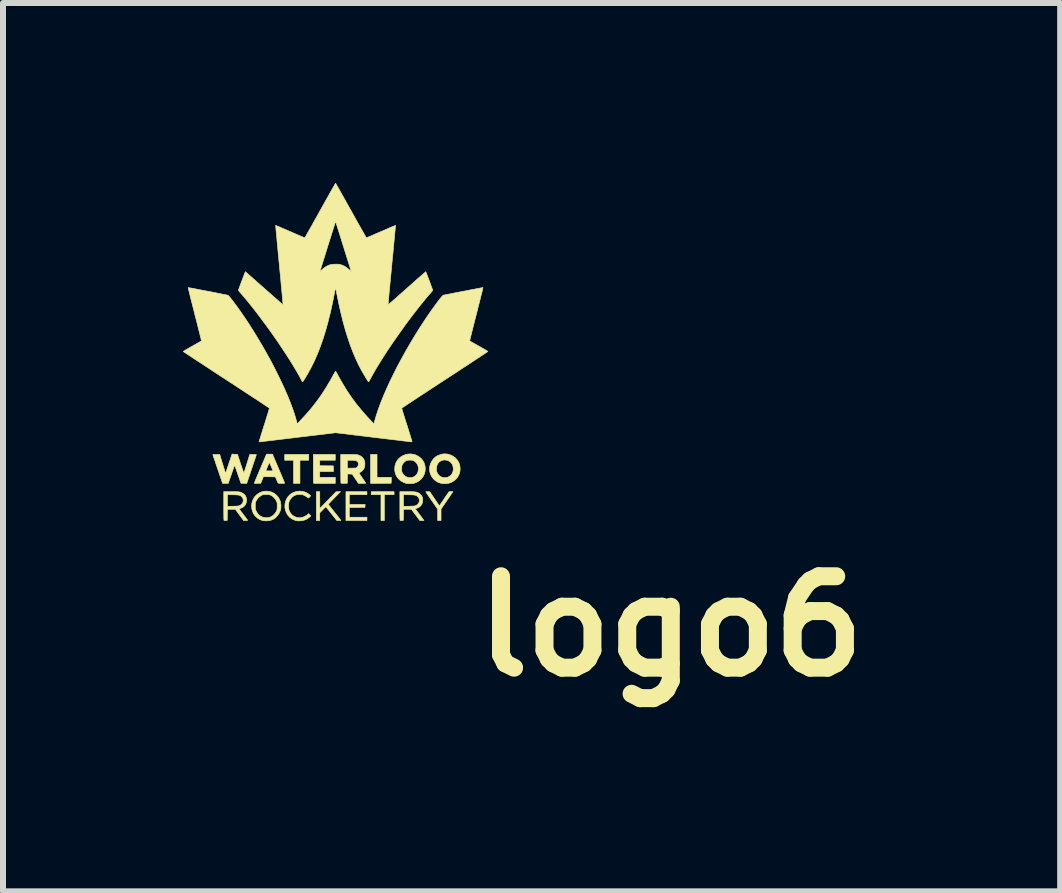
<source format=kicad_pcb>
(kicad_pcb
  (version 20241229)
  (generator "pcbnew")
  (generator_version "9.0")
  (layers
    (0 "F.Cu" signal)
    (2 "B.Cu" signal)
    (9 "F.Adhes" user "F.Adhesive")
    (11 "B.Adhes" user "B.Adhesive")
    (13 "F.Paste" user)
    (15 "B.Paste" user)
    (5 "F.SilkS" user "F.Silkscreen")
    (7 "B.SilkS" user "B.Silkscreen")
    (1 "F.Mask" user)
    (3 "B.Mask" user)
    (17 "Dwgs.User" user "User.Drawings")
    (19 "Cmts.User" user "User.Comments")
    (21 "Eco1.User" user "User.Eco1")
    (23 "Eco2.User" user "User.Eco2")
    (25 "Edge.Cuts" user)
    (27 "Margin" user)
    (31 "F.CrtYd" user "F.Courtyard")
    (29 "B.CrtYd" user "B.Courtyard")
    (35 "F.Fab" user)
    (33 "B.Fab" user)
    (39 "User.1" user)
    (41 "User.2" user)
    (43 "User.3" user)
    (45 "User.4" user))
  (footprint "logo6"
    (layer "F.Cu")
    (at 2.544 2.819)
    (property "Reference" "logo6" (at 5.588 4.572 0) (layer "F.SilkS") (effects (font (size 1.524 1.524) (thickness 0.3))))
    (attr through_hole)
    (fp_poly (pts (xy -0.447 1.803) (xy -0.594 1.803) (xy -0.594 2.189) (xy -0.701 2.189) (xy -0.701 1.803) (xy -0.848 1.803) (xy -0.848 1.707) (xy -0.447 1.707) (xy -0.447 1.803)) (stroke (width 0.01) (type solid)) (fill yes) (layer "F.SilkS"))
    (fp_poly (pts (xy 0.691 2.088) (xy 0.93 2.088) (xy 0.929 2.137) (xy 0.927 2.187) (xy 0.756 2.188) (xy 0.584 2.19) (xy 0.584 1.707) (xy 0.691 1.707) (xy 0.691 2.088)) (stroke (width 0.01) (type solid)) (fill yes) (layer "F.SilkS"))
    (fp_poly (pts (xy 0.975 2.377) (xy 0.813 2.377) (xy 0.813 2.809) (xy 0.757 2.809) (xy 0.757 2.377) (xy 0.594 2.377) (xy 0.594 2.327) (xy 0.975 2.327) (xy 0.975 2.377)) (stroke (width 0.01) (type solid)) (fill yes) (layer "F.SilkS"))
    (fp_poly (pts (xy 0.523 2.377) (xy 0.229 2.377) (xy 0.229 2.54) (xy 0.493 2.54) (xy 0.49 2.588) (xy 0.359 2.59) (xy 0.229 2.591) (xy 0.229 2.753) (xy 0.523 2.753) (xy 0.523 2.809) (xy 0.173 2.809) (xy 0.173 2.327) (xy 0.523 2.327) (xy 0.523 2.377)) (stroke (width 0.01) (type solid)) (fill yes) (layer "F.SilkS"))
    (fp_poly (pts (xy -0.005 1.803) (xy -0.264 1.803) (xy -0.264 1.895) (xy -0.151 1.896) (xy -0.038 1.897) (xy -0.037 1.944) (xy -0.035 1.991) (xy -0.264 1.991) (xy -0.264 2.088) (xy -0.005 2.088) (xy -0.005 2.189) (xy -0.185 2.189) (xy -0.226 2.189) (xy -0.265 2.189) (xy -0.299 2.189) (xy -0.327 2.188) (xy -0.349 2.188) (xy -0.363 2.187) (xy -0.367 2.186) (xy -0.368 2.18) (xy -0.369 2.166) (xy -0.369 2.143) (xy -0.37 2.113) (xy -0.37 2.077) (xy -0.371 2.035) (xy -0.371 1.99) (xy -0.371 1.945) (xy -0.371 1.707) (xy -0.005 1.707) (xy -0.005 1.803)) (stroke (width 0.01) (type solid)) (fill yes) (layer "F.SilkS"))
    (fp_poly (pts (xy 1.948 2.341) (xy 1.943 2.348) (xy 1.933 2.363) (xy 1.918 2.384) (xy 1.901 2.41) (xy 1.88 2.439) (xy 1.858 2.471) (xy 1.848 2.486) (xy 1.758 2.617) (xy 1.758 2.809) (xy 1.702 2.809) (xy 1.702 2.619) (xy 1.603 2.475) (xy 1.579 2.441) (xy 1.558 2.41) (xy 1.539 2.383) (xy 1.524 2.36) (xy 1.512 2.342) (xy 1.505 2.332) (xy 1.504 2.329) (xy 1.508 2.328) (xy 1.52 2.327) (xy 1.537 2.328) (xy 1.538 2.328) (xy 1.571 2.329) (xy 1.73 2.564) (xy 1.811 2.445) (xy 1.892 2.327) (xy 1.957 2.327) (xy 1.948 2.341)) (stroke (width 0.01) (type solid)) (fill yes) (layer "F.SilkS"))
    (fp_poly (pts (xy 0.005 2.406) (xy -0.02 2.432) (xy -0.044 2.456) (xy -0.065 2.478) (xy -0.083 2.497) (xy -0.096 2.51) (xy -0.098 2.512) (xy -0.122 2.538) (xy -0.018 2.669) (xy 0.007 2.7) (xy 0.03 2.73) (xy 0.051 2.755) (xy 0.067 2.777) (xy 0.08 2.793) (xy 0.087 2.802) (xy 0.089 2.805) (xy 0.086 2.807) (xy 0.075 2.809) (xy 0.057 2.809) (xy 0.057 2.809) (xy 0.022 2.809) (xy -0.069 2.695) (xy -0.092 2.666) (xy -0.113 2.639) (xy -0.132 2.616) (xy -0.146 2.598) (xy -0.157 2.586) (xy -0.162 2.581) (xy -0.162 2.581) (xy -0.167 2.584) (xy -0.177 2.593) (xy -0.192 2.607) (xy -0.209 2.625) (xy -0.215 2.63) (xy -0.264 2.68) (xy -0.264 2.809) (xy -0.32 2.809) (xy -0.32 2.327) (xy -0.264 2.327) (xy -0.263 2.467) (xy -0.262 2.608) (xy -0.127 2.468) (xy 0.007 2.329) (xy 0.046 2.328) (xy 0.084 2.326) (xy 0.005 2.406)) (stroke (width 0.01) (type solid)) (fill yes) (layer "F.SilkS"))
    (fp_poly (pts (xy -0.952 1.937) (xy -0.933 1.983) (xy -0.914 2.027) (xy -0.897 2.066) (xy -0.882 2.102) (xy -0.87 2.132) (xy -0.86 2.156) (xy -0.853 2.172) (xy -0.85 2.18) (xy -0.85 2.181) (xy -0.849 2.185) (xy -0.852 2.187) (xy -0.861 2.189) (xy -0.875 2.189) (xy -0.898 2.189) (xy -0.901 2.189) (xy -0.929 2.189) (xy -0.947 2.187) (xy -0.957 2.185) (xy -0.958 2.183) (xy -0.962 2.176) (xy -0.969 2.162) (xy -0.977 2.143) (xy -0.983 2.129) (xy -1.004 2.08) (xy -1.103 2.079) (xy -1.203 2.078) (xy -1.247 2.187) (xy -1.302 2.188) (xy -1.327 2.189) (xy -1.342 2.189) (xy -1.351 2.188) (xy -1.355 2.186) (xy -1.355 2.182) (xy -1.354 2.181) (xy -1.352 2.174) (xy -1.345 2.16) (xy -1.336 2.137) (xy -1.324 2.109) (xy -1.309 2.074) (xy -1.293 2.035) (xy -1.275 1.992) (xy -1.27 1.981) (xy -1.163 1.981) (xy -1.043 1.981) (xy -1.07 1.914) (xy -1.081 1.89) (xy -1.09 1.869) (xy -1.097 1.853) (xy -1.101 1.844) (xy -1.102 1.843) (xy -1.105 1.846) (xy -1.111 1.856) (xy -1.119 1.873) (xy -1.128 1.894) (xy -1.137 1.917) (xy -1.146 1.939) (xy -1.153 1.956) (xy -1.157 1.965) (xy -1.163 1.981) (xy -1.27 1.981) (xy -1.255 1.946) (xy -1.251 1.937) (xy -1.151 1.702) (xy -1.052 1.702) (xy -0.952 1.937)) (stroke (width 0.01) (type solid)) (fill yes) (layer "F.SilkS"))
    (fp_poly (pts (xy -0.551 2.322) (xy -0.507 2.334) (xy -0.467 2.354) (xy -0.436 2.377) (xy -0.414 2.397) (xy -0.433 2.416) (xy -0.444 2.427) (xy -0.451 2.431) (xy -0.457 2.431) (xy -0.463 2.426) (xy -0.496 2.404) (xy -0.524 2.388) (xy -0.551 2.378) (xy -0.578 2.374) (xy -0.608 2.373) (xy -0.615 2.373) (xy -0.655 2.38) (xy -0.69 2.393) (xy -0.721 2.416) (xy -0.736 2.431) (xy -0.758 2.459) (xy -0.773 2.487) (xy -0.781 2.52) (xy -0.784 2.558) (xy -0.784 2.565) (xy -0.782 2.606) (xy -0.774 2.641) (xy -0.759 2.672) (xy -0.744 2.694) (xy -0.718 2.721) (xy -0.685 2.742) (xy -0.647 2.756) (xy -0.608 2.762) (xy -0.582 2.762) (xy -0.549 2.754) (xy -0.515 2.741) (xy -0.484 2.723) (xy -0.469 2.711) (xy -0.449 2.693) (xy -0.43 2.712) (xy -0.411 2.731) (xy -0.43 2.748) (xy -0.47 2.779) (xy -0.513 2.799) (xy -0.558 2.811) (xy -0.604 2.814) (xy -0.636 2.813) (xy -0.664 2.808) (xy -0.682 2.802) (xy -0.725 2.783) (xy -0.763 2.756) (xy -0.793 2.723) (xy -0.817 2.685) (xy -0.834 2.643) (xy -0.844 2.599) (xy -0.845 2.554) (xy -0.839 2.508) (xy -0.824 2.463) (xy -0.8 2.421) (xy -0.795 2.414) (xy -0.764 2.38) (xy -0.727 2.353) (xy -0.686 2.334) (xy -0.642 2.322) (xy -0.597 2.318) (xy -0.551 2.322)) (stroke (width 0.01) (type solid)) (fill yes) (layer "F.SilkS"))
    (fp_poly (pts (xy 1.869 1.701) (xy 1.916 1.715) (xy 1.959 1.736) (xy 1.997 1.764) (xy 2.028 1.799) (xy 2.053 1.838) (xy 2.07 1.883) (xy 2.072 1.894) (xy 2.077 1.943) (xy 2.073 1.991) (xy 2.06 2.036) (xy 2.039 2.078) (xy 2.011 2.114) (xy 1.975 2.146) (xy 1.933 2.17) (xy 1.887 2.187) (xy 1.856 2.192) (xy 1.82 2.194) (xy 1.784 2.192) (xy 1.754 2.187) (xy 1.709 2.171) (xy 1.668 2.147) (xy 1.633 2.116) (xy 1.605 2.08) (xy 1.583 2.038) (xy 1.57 1.993) (xy 1.568 1.965) (xy 1.682 1.965) (xy 1.687 1.996) (xy 1.689 2) (xy 1.704 2.032) (xy 1.728 2.059) (xy 1.757 2.079) (xy 1.759 2.08) (xy 1.791 2.091) (xy 1.826 2.094) (xy 1.861 2.089) (xy 1.882 2.081) (xy 1.914 2.061) (xy 1.938 2.034) (xy 1.954 2.001) (xy 1.962 1.964) (xy 1.963 1.948) (xy 1.958 1.907) (xy 1.946 1.873) (xy 1.925 1.844) (xy 1.897 1.821) (xy 1.884 1.814) (xy 1.849 1.802) (xy 1.813 1.798) (xy 1.779 1.804) (xy 1.748 1.818) (xy 1.72 1.839) (xy 1.699 1.868) (xy 1.697 1.873) (xy 1.687 1.9) (xy 1.682 1.932) (xy 1.682 1.965) (xy 1.568 1.965) (xy 1.566 1.946) (xy 1.569 1.912) (xy 1.581 1.865) (xy 1.602 1.822) (xy 1.63 1.782) (xy 1.665 1.749) (xy 1.687 1.734) (xy 1.712 1.722) (xy 1.743 1.711) (xy 1.775 1.702) (xy 1.805 1.697) (xy 1.819 1.697) (xy 1.869 1.701)) (stroke (width 0.01) (type solid)) (fill yes) (layer "F.SilkS"))
    (fp_poly (pts (xy 1.306 1.706) (xy 1.334 1.714) (xy 1.379 1.737) (xy 1.418 1.766) (xy 1.45 1.801) (xy 1.474 1.842) (xy 1.489 1.887) (xy 1.496 1.935) (xy 1.493 1.982) (xy 1.482 2.029) (xy 1.461 2.072) (xy 1.433 2.11) (xy 1.398 2.142) (xy 1.357 2.168) (xy 1.312 2.186) (xy 1.308 2.187) (xy 1.278 2.192) (xy 1.244 2.194) (xy 1.209 2.193) (xy 1.178 2.189) (xy 1.17 2.187) (xy 1.127 2.17) (xy 1.086 2.146) (xy 1.05 2.114) (xy 1.021 2.078) (xy 1.017 2.072) (xy 0.999 2.031) (xy 0.988 1.986) (xy 0.986 1.946) (xy 1.1 1.946) (xy 1.102 1.977) (xy 1.107 2.002) (xy 1.117 2.023) (xy 1.133 2.044) (xy 1.137 2.048) (xy 1.164 2.071) (xy 1.196 2.086) (xy 1.231 2.093) (xy 1.266 2.092) (xy 1.3 2.082) (xy 1.304 2.08) (xy 1.335 2.059) (xy 1.358 2.032) (xy 1.373 1.999) (xy 1.381 1.959) (xy 1.381 1.958) (xy 1.379 1.918) (xy 1.37 1.884) (xy 1.352 1.854) (xy 1.344 1.845) (xy 1.323 1.825) (xy 1.302 1.811) (xy 1.278 1.804) (xy 1.249 1.801) (xy 1.24 1.801) (xy 1.207 1.803) (xy 1.182 1.809) (xy 1.161 1.821) (xy 1.14 1.839) (xy 1.14 1.84) (xy 1.12 1.864) (xy 1.108 1.889) (xy 1.102 1.918) (xy 1.1 1.946) (xy 0.986 1.946) (xy 0.986 1.939) (xy 0.991 1.893) (xy 1.005 1.848) (xy 1.017 1.824) (xy 1.045 1.785) (xy 1.079 1.753) (xy 1.119 1.728) (xy 1.163 1.71) (xy 1.21 1.7) (xy 1.258 1.698) (xy 1.306 1.706)) (stroke (width 0.01) (type solid)) (fill yes) (layer "F.SilkS"))
    (fp_poly (pts (xy -1.701 2.327) (xy -1.669 2.327) (xy -1.645 2.328) (xy -1.626 2.329) (xy -1.611 2.33) (xy -1.599 2.333) (xy -1.588 2.336) (xy -1.584 2.337) (xy -1.548 2.353) (xy -1.519 2.375) (xy -1.498 2.403) (xy -1.486 2.437) (xy -1.482 2.47) (xy -1.487 2.508) (xy -1.501 2.541) (xy -1.522 2.569) (xy -1.552 2.591) (xy -1.582 2.604) (xy -1.609 2.613) (xy -1.54 2.705) (xy -1.519 2.731) (xy -1.501 2.756) (xy -1.486 2.776) (xy -1.474 2.792) (xy -1.467 2.801) (xy -1.466 2.803) (xy -1.467 2.806) (xy -1.474 2.808) (xy -1.489 2.809) (xy -1.497 2.809) (xy -1.532 2.809) (xy -1.602 2.715) (xy -1.671 2.621) (xy -1.803 2.621) (xy -1.805 2.714) (xy -1.806 2.807) (xy -1.832 2.808) (xy -1.847 2.808) (xy -1.858 2.807) (xy -1.861 2.806) (xy -1.861 2.8) (xy -1.862 2.786) (xy -1.863 2.763) (xy -1.863 2.733) (xy -1.864 2.696) (xy -1.864 2.655) (xy -1.864 2.61) (xy -1.864 2.571) (xy -1.803 2.571) (xy -1.711 2.57) (xy -1.677 2.569) (xy -1.652 2.568) (xy -1.634 2.567) (xy -1.62 2.565) (xy -1.61 2.563) (xy -1.6 2.559) (xy -1.594 2.556) (xy -1.568 2.539) (xy -1.551 2.517) (xy -1.541 2.492) (xy -1.539 2.467) (xy -1.545 2.441) (xy -1.558 2.418) (xy -1.579 2.399) (xy -1.596 2.39) (xy -1.607 2.386) (xy -1.62 2.384) (xy -1.638 2.382) (xy -1.662 2.38) (xy -1.693 2.379) (xy -1.711 2.379) (xy -1.803 2.376) (xy -1.803 2.571) (xy -1.864 2.571) (xy -1.864 2.565) (xy -1.864 2.327) (xy -1.74 2.327) (xy -1.701 2.327)) (stroke (width 0.01) (type solid)) (fill yes) (layer "F.SilkS"))
    (fp_poly (pts (xy 1.243 2.327) (xy 1.282 2.328) (xy 1.313 2.33) (xy 1.338 2.333) (xy 1.358 2.338) (xy 1.375 2.344) (xy 1.389 2.352) (xy 1.403 2.363) (xy 1.409 2.367) (xy 1.432 2.393) (xy 1.447 2.42) (xy 1.453 2.453) (xy 1.454 2.469) (xy 1.45 2.507) (xy 1.436 2.54) (xy 1.415 2.568) (xy 1.386 2.59) (xy 1.355 2.604) (xy 1.328 2.612) (xy 1.4 2.709) (xy 1.421 2.736) (xy 1.439 2.76) (xy 1.454 2.781) (xy 1.465 2.796) (xy 1.472 2.805) (xy 1.473 2.807) (xy 1.469 2.808) (xy 1.456 2.809) (xy 1.439 2.809) (xy 1.439 2.809) (xy 1.405 2.809) (xy 1.335 2.715) (xy 1.265 2.621) (xy 1.133 2.621) (xy 1.132 2.714) (xy 1.13 2.807) (xy 1.105 2.808) (xy 1.089 2.808) (xy 1.078 2.807) (xy 1.075 2.806) (xy 1.075 2.8) (xy 1.074 2.786) (xy 1.073 2.763) (xy 1.073 2.733) (xy 1.072 2.696) (xy 1.072 2.655) (xy 1.072 2.61) (xy 1.072 2.571) (xy 1.133 2.571) (xy 1.226 2.57) (xy 1.259 2.569) (xy 1.285 2.568) (xy 1.304 2.567) (xy 1.318 2.565) (xy 1.329 2.562) (xy 1.338 2.559) (xy 1.342 2.557) (xy 1.367 2.541) (xy 1.384 2.519) (xy 1.394 2.495) (xy 1.397 2.469) (xy 1.392 2.444) (xy 1.379 2.42) (xy 1.36 2.401) (xy 1.34 2.39) (xy 1.329 2.386) (xy 1.316 2.384) (xy 1.299 2.382) (xy 1.275 2.38) (xy 1.243 2.379) (xy 1.226 2.379) (xy 1.133 2.376) (xy 1.133 2.571) (xy 1.072 2.571) (xy 1.072 2.565) (xy 1.072 2.327) (xy 1.196 2.327) (xy 1.243 2.327)) (stroke (width 0.01) (type solid)) (fill yes) (layer "F.SilkS"))
    (fp_poly (pts (xy 0.259 1.707) (xy 0.291 1.707) (xy 0.317 1.708) (xy 0.336 1.709) (xy 0.351 1.71) (xy 0.364 1.712) (xy 0.375 1.715) (xy 0.383 1.717) (xy 0.416 1.732) (xy 0.446 1.754) (xy 0.468 1.782) (xy 0.477 1.799) (xy 0.485 1.825) (xy 0.489 1.857) (xy 0.488 1.889) (xy 0.483 1.919) (xy 0.483 1.919) (xy 0.471 1.947) (xy 0.451 1.973) (xy 0.425 1.994) (xy 0.418 1.999) (xy 0.404 2.008) (xy 0.395 2.016) (xy 0.394 2.02) (xy 0.397 2.026) (xy 0.405 2.039) (xy 0.417 2.058) (xy 0.433 2.08) (xy 0.447 2.102) (xy 0.464 2.126) (xy 0.479 2.148) (xy 0.491 2.166) (xy 0.499 2.178) (xy 0.502 2.183) (xy 0.5 2.186) (xy 0.493 2.188) (xy 0.478 2.189) (xy 0.455 2.189) (xy 0.443 2.189) (xy 0.381 2.189) (xy 0.329 2.112) (xy 0.277 2.035) (xy 0.238 2.033) (xy 0.198 2.032) (xy 0.197 2.109) (xy 0.196 2.187) (xy 0.145 2.188) (xy 0.123 2.189) (xy 0.105 2.188) (xy 0.093 2.187) (xy 0.09 2.186) (xy 0.089 2.181) (xy 0.089 2.166) (xy 0.088 2.143) (xy 0.087 2.113) (xy 0.087 2.077) (xy 0.087 2.035) (xy 0.086 1.99) (xy 0.086 1.945) (xy 0.086 1.936) (xy 0.198 1.936) (xy 0.272 1.935) (xy 0.345 1.933) (xy 0.361 1.917) (xy 0.375 1.897) (xy 0.38 1.873) (xy 0.378 1.849) (xy 0.374 1.839) (xy 0.364 1.826) (xy 0.351 1.816) (xy 0.332 1.809) (xy 0.306 1.805) (xy 0.272 1.804) (xy 0.26 1.804) (xy 0.198 1.803) (xy 0.198 1.936) (xy 0.086 1.936) (xy 0.086 1.707) (xy 0.218 1.707) (xy 0.259 1.707)) (stroke (width 0.01) (type solid)) (fill yes) (layer "F.SilkS"))
    (fp_poly (pts (xy -1.121 2.321) (xy -1.072 2.332) (xy -1.029 2.352) (xy -0.992 2.38) (xy -0.96 2.413) (xy -0.936 2.452) (xy -0.919 2.496) (xy -0.911 2.543) (xy -0.911 2.593) (xy -0.914 2.617) (xy -0.926 2.656) (xy -0.945 2.695) (xy -0.971 2.73) (xy -1 2.761) (xy -1.033 2.784) (xy -1.034 2.785) (xy -1.075 2.802) (xy -1.119 2.811) (xy -1.166 2.814) (xy -1.211 2.809) (xy -1.224 2.806) (xy -1.268 2.79) (xy -1.306 2.765) (xy -1.339 2.734) (xy -1.365 2.698) (xy -1.384 2.657) (xy -1.396 2.613) (xy -1.4 2.567) (xy -1.4 2.565) (xy -1.339 2.565) (xy -1.338 2.591) (xy -1.337 2.609) (xy -1.334 2.623) (xy -1.33 2.637) (xy -1.325 2.648) (xy -1.304 2.685) (xy -1.281 2.713) (xy -1.256 2.732) (xy -1.218 2.751) (xy -1.177 2.76) (xy -1.134 2.761) (xy -1.093 2.752) (xy -1.077 2.745) (xy -1.045 2.726) (xy -1.016 2.698) (xy -0.993 2.665) (xy -0.986 2.653) (xy -0.98 2.639) (xy -0.976 2.626) (xy -0.974 2.611) (xy -0.973 2.592) (xy -0.973 2.568) (xy -0.973 2.542) (xy -0.974 2.524) (xy -0.976 2.509) (xy -0.981 2.496) (xy -0.987 2.481) (xy -0.987 2.48) (xy -1.005 2.451) (xy -1.03 2.423) (xy -1.058 2.399) (xy -1.081 2.386) (xy -1.095 2.381) (xy -1.109 2.377) (xy -1.128 2.375) (xy -1.154 2.375) (xy -1.156 2.375) (xy -1.18 2.375) (xy -1.198 2.377) (xy -1.212 2.379) (xy -1.225 2.384) (xy -1.235 2.389) (xy -1.265 2.408) (xy -1.293 2.435) (xy -1.316 2.466) (xy -1.325 2.483) (xy -1.331 2.498) (xy -1.335 2.511) (xy -1.338 2.526) (xy -1.338 2.546) (xy -1.339 2.565) (xy -1.4 2.565) (xy -1.396 2.521) (xy -1.383 2.475) (xy -1.373 2.453) (xy -1.347 2.411) (xy -1.314 2.377) (xy -1.275 2.35) (xy -1.232 2.33) (xy -1.186 2.32) (xy -1.137 2.319) (xy -1.121 2.321)) (stroke (width 0.01) (type solid)) (fill yes) (layer "F.SilkS"))
    (fp_poly (pts (xy -1.681 1.703) (xy -1.635 1.704) (xy -1.584 1.861) (xy -1.571 1.898) (xy -1.559 1.933) (xy -1.549 1.963) (xy -1.54 1.987) (xy -1.534 2.005) (xy -1.53 2.015) (xy -1.529 2.017) (xy -1.527 2.012) (xy -1.522 1.999) (xy -1.515 1.978) (xy -1.506 1.951) (xy -1.496 1.919) (xy -1.485 1.883) (xy -1.478 1.862) (xy -1.431 1.707) (xy -1.376 1.707) (xy -1.354 1.707) (xy -1.336 1.708) (xy -1.324 1.709) (xy -1.321 1.711) (xy -1.322 1.716) (xy -1.327 1.73) (xy -1.334 1.752) (xy -1.343 1.781) (xy -1.355 1.815) (xy -1.368 1.855) (xy -1.383 1.898) (xy -1.398 1.945) (xy -1.401 1.952) (xy -1.481 2.19) (xy -1.529 2.188) (xy -1.577 2.187) (xy -1.629 2.037) (xy -1.642 2) (xy -1.653 1.966) (xy -1.664 1.937) (xy -1.672 1.913) (xy -1.678 1.896) (xy -1.681 1.886) (xy -1.681 1.885) (xy -1.683 1.888) (xy -1.688 1.901) (xy -1.697 1.923) (xy -1.708 1.955) (xy -1.722 1.995) (xy -1.739 2.045) (xy -1.755 2.089) (xy -1.789 2.189) (xy -1.884 2.189) (xy -1.901 2.137) (xy -1.922 2.076) (xy -1.942 2.017) (xy -1.961 1.961) (xy -1.979 1.909) (xy -1.995 1.861) (xy -2.009 1.819) (xy -2.022 1.783) (xy -2.032 1.754) (xy -2.039 1.733) (xy -2.043 1.72) (xy -2.045 1.716) (xy -2.046 1.712) (xy -2.043 1.709) (xy -2.036 1.708) (xy -2.022 1.707) (xy -2.001 1.707) (xy -1.99 1.707) (xy -1.931 1.707) (xy -1.921 1.741) (xy -1.916 1.756) (xy -1.91 1.778) (xy -1.901 1.807) (xy -1.891 1.84) (xy -1.88 1.875) (xy -1.874 1.896) (xy -1.863 1.929) (xy -1.854 1.959) (xy -1.846 1.984) (xy -1.84 2.002) (xy -1.836 2.014) (xy -1.834 2.017) (xy -1.832 2.012) (xy -1.827 1.999) (xy -1.819 1.978) (xy -1.81 1.952) (xy -1.799 1.92) (xy -1.787 1.884) (xy -1.779 1.859) (xy -1.726 1.701) (xy -1.681 1.703)) (stroke (width 0.01) (type solid)) (fill yes) (layer "F.SilkS"))
    (fp_poly (pts (xy -2.452 -1.074) (xy -2.438 -1.072) (xy -2.416 -1.068) (xy -2.387 -1.063) (xy -2.352 -1.056) (xy -2.312 -1.049) (xy -2.268 -1.04) (xy -2.221 -1.031) (xy -2.172 -1.022) (xy -2.122 -1.012) (xy -2.072 -1.003) (xy -2.023 -0.993) (xy -1.977 -0.984) (xy -1.933 -0.975) (xy -1.894 -0.967) (xy -1.859 -0.961) (xy -1.831 -0.955) (xy -1.809 -0.95) (xy -1.796 -0.947) (xy -1.792 -0.946) (xy -1.786 -0.941) (xy -1.774 -0.928) (xy -1.758 -0.909) (xy -1.739 -0.885) (xy -1.716 -0.856) (xy -1.692 -0.824) (xy -1.667 -0.79) (xy -1.64 -0.755) (xy -1.615 -0.719) (xy -1.605 -0.706) (xy -1.527 -0.593) (xy -1.449 -0.477) (xy -1.373 -0.357) (xy -1.298 -0.235) (xy -1.225 -0.112) (xy -1.154 0.012) (xy -1.085 0.137) (xy -1.02 0.261) (xy -0.959 0.383) (xy -0.901 0.503) (xy -0.847 0.619) (xy -0.798 0.733) (xy -0.754 0.841) (xy -0.716 0.944) (xy -0.683 1.041) (xy -0.656 1.131) (xy -0.655 1.136) (xy -0.639 1.197) (xy -0.593 1.148) (xy -0.492 1.039) (xy -0.399 0.931) (xy -0.314 0.822) (xy -0.234 0.71) (xy -0.159 0.594) (xy -0.087 0.472) (xy -0.048 0.403) (xy -0.034 0.376) (xy -0.021 0.354) (xy -0.011 0.336) (xy -0.003 0.324) (xy 0 0.32) (xy 0.004 0.324) (xy 0.011 0.336) (xy 0.022 0.354) (xy 0.034 0.377) (xy 0.048 0.403) (xy 0.12 0.529) (xy 0.193 0.648) (xy 0.27 0.762) (xy 0.352 0.872) (xy 0.441 0.98) (xy 0.537 1.089) (xy 0.593 1.148) (xy 0.639 1.197) (xy 0.65 1.154) (xy 0.678 1.059) (xy 0.711 0.957) (xy 0.751 0.85) (xy 0.796 0.737) (xy 0.847 0.619) (xy 0.902 0.498) (xy 0.963 0.373) (xy 1.027 0.246) (xy 1.096 0.117) (xy 1.168 -0.013) (xy 1.243 -0.143) (xy 1.321 -0.273) (xy 1.401 -0.401) (xy 1.479 -0.521) (xy 1.514 -0.574) (xy 1.55 -0.626) (xy 1.585 -0.676) (xy 1.619 -0.724) (xy 1.652 -0.77) (xy 1.682 -0.812) (xy 1.71 -0.849) (xy 1.735 -0.882) (xy 1.757 -0.908) (xy 1.775 -0.929) (xy 1.788 -0.942) (xy 1.796 -0.948) (xy 1.796 -0.948) (xy 1.809 -0.951) (xy 1.83 -0.955) (xy 1.858 -0.961) (xy 1.893 -0.967) (xy 1.932 -0.975) (xy 1.976 -0.984) (xy 2.022 -0.993) (xy 2.071 -1.002) (xy 2.121 -1.012) (xy 2.171 -1.021) (xy 2.22 -1.031) (xy 2.267 -1.04) (xy 2.311 -1.048) (xy 2.351 -1.056) (xy 2.386 -1.062) (xy 2.415 -1.068) (xy 2.438 -1.072) (xy 2.452 -1.074) (xy 2.457 -1.075) (xy 2.457 -1.075) (xy 2.457 -1.07) (xy 2.453 -1.055) (xy 2.448 -1.033) (xy 2.441 -1.002) (xy 2.431 -0.965) (xy 2.42 -0.921) (xy 2.408 -0.871) (xy 2.394 -0.817) (xy 2.379 -0.758) (xy 2.364 -0.696) (xy 2.347 -0.631) (xy 2.347 -0.63) (xy 2.33 -0.565) (xy 2.314 -0.503) (xy 2.299 -0.444) (xy 2.286 -0.39) (xy 2.273 -0.34) (xy 2.262 -0.296) (xy 2.253 -0.259) (xy 2.245 -0.228) (xy 2.24 -0.206) (xy 2.237 -0.191) (xy 2.236 -0.186) (xy 2.236 -0.186) (xy 2.24 -0.184) (xy 2.253 -0.176) (xy 2.272 -0.165) (xy 2.297 -0.151) (xy 2.327 -0.134) (xy 2.361 -0.115) (xy 2.389 -0.099) (xy 2.425 -0.079) (xy 2.457 -0.06) (xy 2.486 -0.044) (xy 2.509 -0.03) (xy 2.526 -0.019) (xy 2.536 -0.012) (xy 2.539 -0.009) (xy 2.535 -0.006) (xy 2.522 0.002) (xy 2.502 0.016) (xy 2.475 0.034) (xy 2.441 0.056) (xy 2.401 0.083) (xy 2.354 0.113) (xy 2.303 0.147) (xy 2.246 0.185) (xy 2.185 0.225) (xy 2.12 0.267) (xy 2.051 0.313) (xy 1.979 0.36) (xy 1.904 0.409) (xy 1.826 0.459) (xy 1.821 0.463) (xy 1.744 0.513) (xy 1.669 0.562) (xy 1.596 0.61) (xy 1.527 0.655) (xy 1.462 0.698) (xy 1.4 0.738) (xy 1.343 0.776) (xy 1.291 0.81) (xy 1.245 0.841) (xy 1.204 0.868) (xy 1.17 0.891) (xy 1.142 0.909) (xy 1.121 0.923) (xy 1.108 0.932) (xy 1.104 0.936) (xy 1.103 0.936) (xy 1.105 0.942) (xy 1.109 0.957) (xy 1.115 0.979) (xy 1.124 1.009) (xy 1.135 1.045) (xy 1.148 1.085) (xy 1.162 1.131) (xy 1.177 1.179) (xy 1.189 1.214) (xy 1.205 1.265) (xy 1.22 1.312) (xy 1.233 1.356) (xy 1.246 1.396) (xy 1.256 1.43) (xy 1.265 1.457) (xy 1.271 1.478) (xy 1.274 1.49) (xy 1.275 1.493) (xy 1.272 1.497) (xy 1.261 1.497) (xy 1.259 1.497) (xy 1.252 1.496) (xy 1.235 1.494) (xy 1.21 1.491) (xy 1.176 1.487) (xy 1.135 1.482) (xy 1.087 1.476) (xy 1.033 1.469) (xy 0.973 1.462) (xy 0.908 1.454) (xy 0.838 1.446) (xy 0.765 1.437) (xy 0.688 1.428) (xy 0.622 1.42) (xy 0.001 1.345) (xy -0.618 1.419) (xy -0.696 1.429) (xy -0.772 1.438) (xy -0.845 1.447) (xy -0.914 1.455) (xy -0.979 1.463) (xy -1.038 1.47) (xy -1.091 1.476) (xy -1.139 1.482) (xy -1.179 1.487) (xy -1.211 1.491) (xy -1.235 1.494) (xy -1.251 1.496) (xy -1.256 1.497) (xy -1.27 1.497) (xy -1.275 1.494) (xy -1.275 1.493) (xy -1.274 1.487) (xy -1.269 1.473) (xy -1.262 1.45) (xy -1.253 1.421) (xy -1.242 1.385) (xy -1.229 1.344) (xy -1.215 1.299) (xy -1.2 1.25) (xy -1.188 1.214) (xy -1.172 1.163) (xy -1.157 1.115) (xy -1.144 1.071) (xy -1.131 1.032) (xy -1.121 0.998) (xy -1.113 0.97) (xy -1.107 0.95) (xy -1.104 0.938) (xy -1.103 0.935) (xy -1.108 0.932) (xy -1.12 0.923) (xy -1.14 0.91) (xy -1.167 0.892) (xy -1.201 0.869) (xy -1.242 0.842) (xy -1.288 0.812) (xy -1.339 0.778) (xy -1.396 0.741) (xy -1.457 0.701) (xy -1.523 0.658) (xy -1.591 0.613) (xy -1.664 0.565) (xy -1.739 0.516) (xy -1.816 0.466) (xy -1.821 0.463) (xy -1.899 0.412) (xy -1.974 0.363) (xy -2.046 0.316) (xy -2.115 0.27) (xy -2.181 0.227) (xy -2.242 0.187) (xy -2.299 0.15) (xy -2.351 0.116) (xy -2.398 0.085) (xy -2.438 0.058) (xy -2.473 0.035) (xy -2.5 0.017) (xy -2.521 0.003) (xy -2.534 -0.006) (xy -2.539 -0.009) (xy -2.539 -0.01) (xy -2.535 -0.013) (xy -2.523 -0.021) (xy -2.505 -0.032) (xy -2.48 -0.047) (xy -2.451 -0.064) (xy -2.417 -0.083) (xy -2.389 -0.099) (xy -2.353 -0.119) (xy -2.321 -0.138) (xy -2.292 -0.154) (xy -2.268 -0.168) (xy -2.25 -0.178) (xy -2.239 -0.184) (xy -2.236 -0.186) (xy -2.237 -0.191) (xy -2.24 -0.205) (xy -2.245 -0.228) (xy -2.253 -0.258) (xy -2.262 -0.296) (xy -2.273 -0.34) (xy -2.286 -0.389) (xy -2.299 -0.443) (xy -2.314 -0.502) (xy -2.33 -0.564) (xy -2.347 -0.629) (xy -2.347 -0.63) (xy -2.363 -0.695) (xy -2.379 -0.757) (xy -2.394 -0.816) (xy -2.408 -0.871) (xy -2.42 -0.92) (xy -2.431 -0.964) (xy -2.44 -1.002) (xy -2.448 -1.032) (xy -2.453 -1.055) (xy -2.457 -1.07) (xy -2.457 -1.075) (xy -2.457 -1.075) (xy -2.452 -1.074)) (stroke (width 0.01) (type solid)) (fill yes) (layer "F.SilkS"))
    (fp_poly (pts (xy 0.003 -2.81) (xy 0.01 -2.797) (xy 0.022 -2.777) (xy 0.038 -2.75) (xy 0.057 -2.716) (xy 0.08 -2.676) (xy 0.105 -2.63) (xy 0.134 -2.58) (xy 0.164 -2.526) (xy 0.196 -2.468) (xy 0.23 -2.407) (xy 0.257 -2.36) (xy 0.292 -2.297) (xy 0.325 -2.237) (xy 0.357 -2.18) (xy 0.387 -2.126) (xy 0.415 -2.077) (xy 0.44 -2.033) (xy 0.462 -1.995) (xy 0.48 -1.962) (xy 0.495 -1.937) (xy 0.506 -1.918) (xy 0.512 -1.907) (xy 0.514 -1.905) (xy 0.52 -1.907) (xy 0.533 -1.913) (xy 0.555 -1.922) (xy 0.583 -1.933) (xy 0.616 -1.948) (xy 0.655 -1.965) (xy 0.697 -1.983) (xy 0.743 -2.003) (xy 0.758 -2.009) (xy 0.804 -2.029) (xy 0.848 -2.048) (xy 0.887 -2.065) (xy 0.922 -2.08) (xy 0.952 -2.093) (xy 0.975 -2.102) (xy 0.991 -2.109) (xy 0.998 -2.112) (xy 0.999 -2.112) (xy 0.999 -2.106) (xy 0.998 -2.092) (xy 0.996 -2.068) (xy 0.993 -2.036) (xy 0.989 -1.997) (xy 0.985 -1.95) (xy 0.98 -1.896) (xy 0.974 -1.837) (xy 0.968 -1.772) (xy 0.962 -1.703) (xy 0.955 -1.629) (xy 0.947 -1.552) (xy 0.939 -1.472) (xy 0.937 -1.45) (xy 0.93 -1.369) (xy 0.922 -1.291) (xy 0.915 -1.217) (xy 0.908 -1.146) (xy 0.902 -1.08) (xy 0.896 -1.019) (xy 0.891 -0.964) (xy 0.887 -0.916) (xy 0.883 -0.874) (xy 0.88 -0.84) (xy 0.878 -0.814) (xy 0.876 -0.797) (xy 0.876 -0.789) (xy 0.876 -0.789) (xy 0.88 -0.792) (xy 0.891 -0.801) (xy 0.909 -0.816) (xy 0.932 -0.836) (xy 0.961 -0.861) (xy 0.994 -0.89) (xy 1.032 -0.924) (xy 1.073 -0.96) (xy 1.117 -0.999) (xy 1.164 -1.041) (xy 1.189 -1.063) (xy 1.237 -1.105) (xy 1.283 -1.146) (xy 1.326 -1.184) (xy 1.365 -1.219) (xy 1.401 -1.251) (xy 1.433 -1.278) (xy 1.459 -1.301) (xy 1.48 -1.319) (xy 1.494 -1.332) (xy 1.502 -1.339) (xy 1.503 -1.34) (xy 1.505 -1.335) (xy 1.511 -1.323) (xy 1.519 -1.303) (xy 1.529 -1.276) (xy 1.541 -1.245) (xy 1.554 -1.209) (xy 1.569 -1.171) (xy 1.583 -1.131) (xy 1.598 -1.09) (xy 1.613 -1.05) (xy 1.62 -1.031) (xy 1.617 -1.026) (xy 1.609 -1.015) (xy 1.597 -1) (xy 1.584 -0.985) (xy 1.521 -0.912) (xy 1.456 -0.833) (xy 1.388 -0.749) (xy 1.319 -0.66) (xy 1.248 -0.567) (xy 1.177 -0.472) (xy 1.107 -0.374) (xy 1.037 -0.276) (xy 0.968 -0.177) (xy 0.902 -0.08) (xy 0.838 0.016) (xy 0.778 0.11) (xy 0.722 0.2) (xy 0.67 0.286) (xy 0.624 0.366) (xy 0.583 0.44) (xy 0.564 0.476) (xy 0.557 0.488) (xy 0.551 0.495) (xy 0.549 0.495) (xy 0.544 0.49) (xy 0.536 0.478) (xy 0.524 0.46) (xy 0.511 0.439) (xy 0.504 0.428) (xy 0.446 0.33) (xy 0.391 0.228) (xy 0.34 0.12) (xy 0.292 0.007) (xy 0.246 -0.112) (xy 0.203 -0.238) (xy 0.162 -0.371) (xy 0.123 -0.512) (xy 0.086 -0.662) (xy 0.051 -0.821) (xy 0.022 -0.964) (xy 0.016 -0.995) (xy 0.011 -1.022) (xy 0.006 -1.044) (xy 0.002 -1.059) (xy 0.00018 -1.066) (xy -0.000116 -1.067) (xy -0.002 -1.062) (xy -0.005 -1.049) (xy -0.009 -1.03) (xy -0.014 -1.005) (xy -0.017 -0.992) (xy -0.051 -0.819) (xy -0.087 -0.656) (xy -0.126 -0.502) (xy -0.166 -0.356) (xy -0.209 -0.219) (xy -0.255 -0.089) (xy -0.303 0.034) (xy -0.354 0.15) (xy -0.409 0.261) (xy -0.466 0.365) (xy -0.504 0.428) (xy -0.518 0.451) (xy -0.531 0.47) (xy -0.541 0.485) (xy -0.547 0.494) (xy -0.549 0.495) (xy -0.553 0.493) (xy -0.56 0.484) (xy -0.564 0.476) (xy -0.601 0.406) (xy -0.645 0.329) (xy -0.693 0.247) (xy -0.747 0.159) (xy -0.805 0.068) (xy -0.867 -0.026) (xy -0.931 -0.123) (xy -0.998 -0.221) (xy -1.067 -0.319) (xy -1.137 -0.417) (xy -1.208 -0.513) (xy -1.278 -0.607) (xy -1.348 -0.698) (xy -1.416 -0.784) (xy -1.482 -0.866) (xy -1.546 -0.941) (xy -1.584 -0.985) (xy -1.599 -1.002) (xy -1.61 -1.017) (xy -1.618 -1.027) (xy -1.62 -1.031) (xy -1.607 -1.066) (xy -1.594 -1.103) (xy -1.58 -1.141) (xy -1.566 -1.179) (xy -1.552 -1.215) (xy -1.539 -1.249) (xy -1.528 -1.279) (xy -1.518 -1.305) (xy -1.51 -1.324) (xy -1.505 -1.336) (xy -1.503 -1.34) (xy -1.499 -1.336) (xy -1.488 -1.327) (xy -1.47 -1.311) (xy -1.446 -1.29) (xy -1.418 -1.265) (xy -1.384 -1.235) (xy -1.346 -1.202) (xy -1.305 -1.165) (xy -1.26 -1.126) (xy -1.213 -1.084) (xy -1.189 -1.063) (xy -1.141 -1.02) (xy -1.095 -0.98) (xy -1.052 -0.942) (xy -1.013 -0.907) (xy -0.977 -0.876) (xy -0.946 -0.848) (xy -0.92 -0.826) (xy -0.899 -0.808) (xy -0.885 -0.796) (xy -0.877 -0.789) (xy -0.876 -0.789) (xy -0.876 -0.794) (xy -0.877 -0.809) (xy -0.879 -0.832) (xy -0.882 -0.864) (xy -0.886 -0.904) (xy -0.89 -0.951) (xy -0.895 -1.004) (xy -0.901 -1.063) (xy -0.907 -1.128) (xy -0.913 -1.198) (xy -0.92 -1.271) (xy -0.927 -1.341) (xy -0.262 -1.341) (xy -0.259 -1.343) (xy -0.251 -1.351) (xy -0.238 -1.363) (xy -0.229 -1.371) (xy -0.209 -1.389) (xy -0.187 -1.407) (xy -0.166 -1.421) (xy -0.162 -1.424) (xy -0.127 -1.442) (xy -0.093 -1.455) (xy -0.057 -1.462) (xy -0.016 -1.465) (xy 0.003 -1.465) (xy 0.031 -1.465) (xy 0.052 -1.464) (xy 0.069 -1.461) (xy 0.085 -1.457) (xy 0.101 -1.452) (xy 0.146 -1.433) (xy 0.185 -1.408) (xy 0.223 -1.377) (xy 0.229 -1.371) (xy 0.244 -1.357) (xy 0.255 -1.347) (xy 0.261 -1.341) (xy 0.262 -1.341) (xy 0.26 -1.346) (xy 0.256 -1.36) (xy 0.249 -1.383) (xy 0.24 -1.413) (xy 0.228 -1.45) (xy 0.215 -1.493) (xy 0.2 -1.541) (xy 0.183 -1.594) (xy 0.165 -1.652) (xy 0.146 -1.712) (xy 0.132 -1.759) (xy 0.112 -1.821) (xy 0.094 -1.881) (xy 0.076 -1.937) (xy 0.06 -1.989) (xy 0.045 -2.036) (xy 0.032 -2.077) (xy 0.021 -2.112) (xy 0.012 -2.14) (xy 0.005 -2.16) (xy 0.001 -2.171) (xy 0 -2.174) (xy -0.002 -2.169) (xy -0.006 -2.156) (xy -0.014 -2.134) (xy -0.023 -2.104) (xy -0.035 -2.067) (xy -0.048 -2.025) (xy -0.064 -1.976) (xy -0.08 -1.923) (xy -0.098 -1.866) (xy -0.117 -1.806) (xy -0.132 -1.759) (xy -0.151 -1.696) (xy -0.17 -1.636) (xy -0.187 -1.58) (xy -0.204 -1.528) (xy -0.218 -1.481) (xy -0.231 -1.439) (xy -0.242 -1.404) (xy -0.251 -1.376) (xy -0.257 -1.356) (xy -0.261 -1.344) (xy -0.262 -1.341) (xy -0.927 -1.341) (xy -0.928 -1.348) (xy -0.935 -1.428) (xy -0.937 -1.45) (xy -0.945 -1.531) (xy -0.953 -1.609) (xy -0.96 -1.684) (xy -0.966 -1.754) (xy -0.973 -1.82) (xy -0.978 -1.881) (xy -0.983 -1.936) (xy -0.988 -1.985) (xy -0.992 -2.026) (xy -0.995 -2.06) (xy -0.997 -2.086) (xy -0.998 -2.104) (xy -0.999 -2.111) (xy -0.999 -2.112) (xy -0.994 -2.11) (xy -0.981 -2.105) (xy -0.96 -2.096) (xy -0.932 -2.085) (xy -0.899 -2.07) (xy -0.861 -2.054) (xy -0.819 -2.036) (xy -0.773 -2.016) (xy -0.757 -2.009) (xy -0.711 -1.989) (xy -0.667 -1.97) (xy -0.627 -1.953) (xy -0.592 -1.938) (xy -0.562 -1.925) (xy -0.539 -1.915) (xy -0.523 -1.908) (xy -0.515 -1.905) (xy -0.514 -1.905) (xy -0.511 -1.909) (xy -0.503 -1.922) (xy -0.491 -1.942) (xy -0.476 -1.97) (xy -0.456 -2.004) (xy -0.434 -2.044) (xy -0.408 -2.089) (xy -0.38 -2.139) (xy -0.35 -2.193) (xy -0.317 -2.251) (xy -0.283 -2.312) (xy -0.257 -2.36) (xy -0.222 -2.422) (xy -0.188 -2.483) (xy -0.156 -2.54) (xy -0.126 -2.593) (xy -0.099 -2.642) (xy -0.074 -2.686) (xy -0.052 -2.724) (xy -0.034 -2.757) (xy -0.019 -2.783) (xy -0.008 -2.801) (xy -0.002 -2.812) (xy 0.000023 -2.814) (xy 0.003 -2.81)) (stroke (width 0.01) (type solid)) (fill yes) (layer "F.SilkS")))
  (gr_rect
    (start -3 -3)
    (end 14.623 11.809)
    (stroke (width 0.1) (type default))
    (fill no)
    (layer "Edge.Cuts")))
</source>
